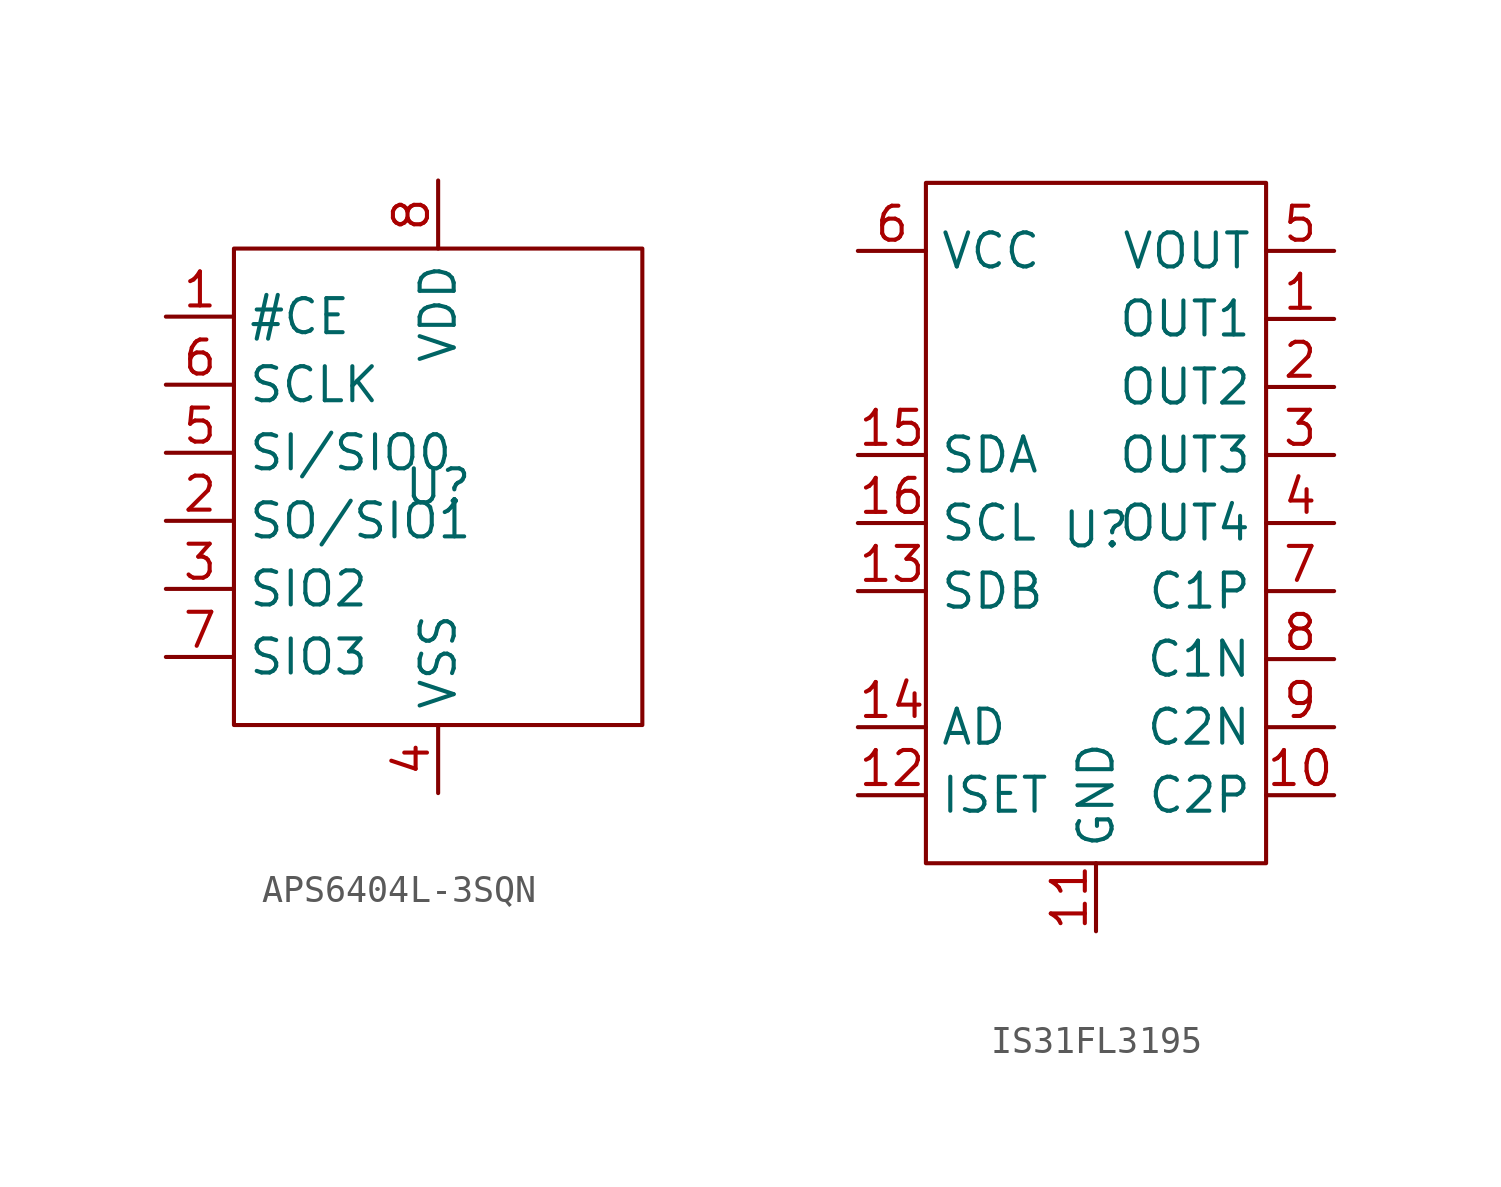
<source format=kicad_sym>
(kicad_symbol_lib
  (version 20231120)
  (generator "kicad_symbol_editor")
  (generator_version "8.0")
  (symbol "APS6404L-3SQN"
    (property "Reference" "U"
      (at 0 0 0)
      (effects (font (size 1.27 1.27))))
    (property "Value" ""
      (at 0 -3.81 0)
      (effects (font (size 1.27 1.27))))
    (symbol "APS6404L-3SQN_0_1"
      (rectangle (start -7.62 8.89) (end 7.62 -8.89) (stroke (width 0) (type default)) (fill (type none))))
    (symbol "APS6404L-3SQN_1_1"
      (pin input line (at -10.16 6.35 0) (length 2.54) (name "#CE" (effects (font (size 1.27 1.27)))) (number "1" (effects (font (size 1.27 1.27)))))
      (pin input line (at -10.16 -1.27 0) (length 2.54) (name "SO/SIO1" (effects (font (size 1.27 1.27)))) (number "2" (effects (font (size 1.27 1.27)))))
      (pin input line (at -10.16 -3.81 0) (length 2.54) (name "SIO2" (effects (font (size 1.27 1.27)))) (number "3" (effects (font (size 1.27 1.27)))))
      (pin input line (at 0 -11.43 90) (length 2.54) (name "VSS" (effects (font (size 1.27 1.27)))) (number "4" (effects (font (size 1.27 1.27)))))
      (pin input line (at -10.16 1.27 0) (length 2.54) (name "SI/SIO0" (effects (font (size 1.27 1.27)))) (number "5" (effects (font (size 1.27 1.27)))))
      (pin input line (at -10.16 3.81 0) (length 2.54) (name "SCLK" (effects (font (size 1.27 1.27)))) (number "6" (effects (font (size 1.27 1.27)))))
      (pin input line (at -10.16 -6.35 0) (length 2.54) (name "SIO3" (effects (font (size 1.27 1.27)))) (number "7" (effects (font (size 1.27 1.27)))))
      (pin input line (at 0 11.43 270) (length 2.54) (name "VDD" (effects (font (size 1.27 1.27)))) (number "8" (effects (font (size 1.27 1.27)))))))
  (symbol "IS31FL3195"
    (property "Reference" "U"
      (at 0 -0.254 0)
      (effects (font (size 1.27 1.27))))
    (property "Value" ""
      (at 0 0 0)
      (effects (font (size 1.27 1.27))))
    (symbol "IS31FL3195_0_1"
      (rectangle (start -6.35 12.7) (end 6.35 -12.7) (stroke (width 0) (type default)) (fill (type none))))
    (symbol "IS31FL3195_1_1"
      (pin input line (at 8.89 7.62 180) (length 2.54) (name "OUT1" (effects (font (size 1.27 1.27)))) (number "1" (effects (font (size 1.27 1.27)))))
      (pin input line (at 8.89 -10.16 180) (length 2.54) (name "C2P" (effects (font (size 1.27 1.27)))) (number "10" (effects (font (size 1.27 1.27)))))
      (pin input line (at 0 -15.24 90) (length 2.54) (name "GND" (effects (font (size 1.27 1.27)))) (number "11" (effects (font (size 1.27 1.27)))))
      (pin input line (at -8.89 -10.16 0) (length 2.54) (name "ISET" (effects (font (size 1.27 1.27)))) (number "12" (effects (font (size 1.27 1.27)))))
      (pin input line (at -8.89 -2.54 0) (length 2.54) (name "SDB" (effects (font (size 1.27 1.27)))) (number "13" (effects (font (size 1.27 1.27)))))
      (pin input line (at -8.89 -7.62 0) (length 2.54) (name "AD" (effects (font (size 1.27 1.27)))) (number "14" (effects (font (size 1.27 1.27)))))
      (pin input line (at -8.89 2.54 0) (length 2.54) (name "SDA" (effects (font (size 1.27 1.27)))) (number "15" (effects (font (size 1.27 1.27)))))
      (pin input line (at -8.89 0 0) (length 2.54) (name "SCL" (effects (font (size 1.27 1.27)))) (number "16" (effects (font (size 1.27 1.27)))))
      (pin input line (at 8.89 5.08 180) (length 2.54) (name "OUT2" (effects (font (size 1.27 1.27)))) (number "2" (effects (font (size 1.27 1.27)))))
      (pin input line (at 8.89 2.54 180) (length 2.54) (name "OUT3" (effects (font (size 1.27 1.27)))) (number "3" (effects (font (size 1.27 1.27)))))
      (pin input line (at 8.89 0 180) (length 2.54) (name "OUT4" (effects (font (size 1.27 1.27)))) (number "4" (effects (font (size 1.27 1.27)))))
      (pin input line (at 8.89 10.16 180) (length 2.54) (name "VOUT" (effects (font (size 1.27 1.27)))) (number "5" (effects (font (size 1.27 1.27)))))
      (pin input line (at -8.89 10.16 0) (length 2.54) (name "VCC" (effects (font (size 1.27 1.27)))) (number "6" (effects (font (size 1.27 1.27)))))
      (pin input line (at 8.89 -2.54 180) (length 2.54) (name "C1P" (effects (font (size 1.27 1.27)))) (number "7" (effects (font (size 1.27 1.27)))))
      (pin input line (at 8.89 -5.08 180) (length 2.54) (name "C1N" (effects (font (size 1.27 1.27)))) (number "8" (effects (font (size 1.27 1.27)))))
      (pin input line (at 8.89 -7.62 180) (length 2.54) (name "C2N" (effects (font (size 1.27 1.27)))) (number "9" (effects (font (size 1.27 1.27))))))))
</source>
